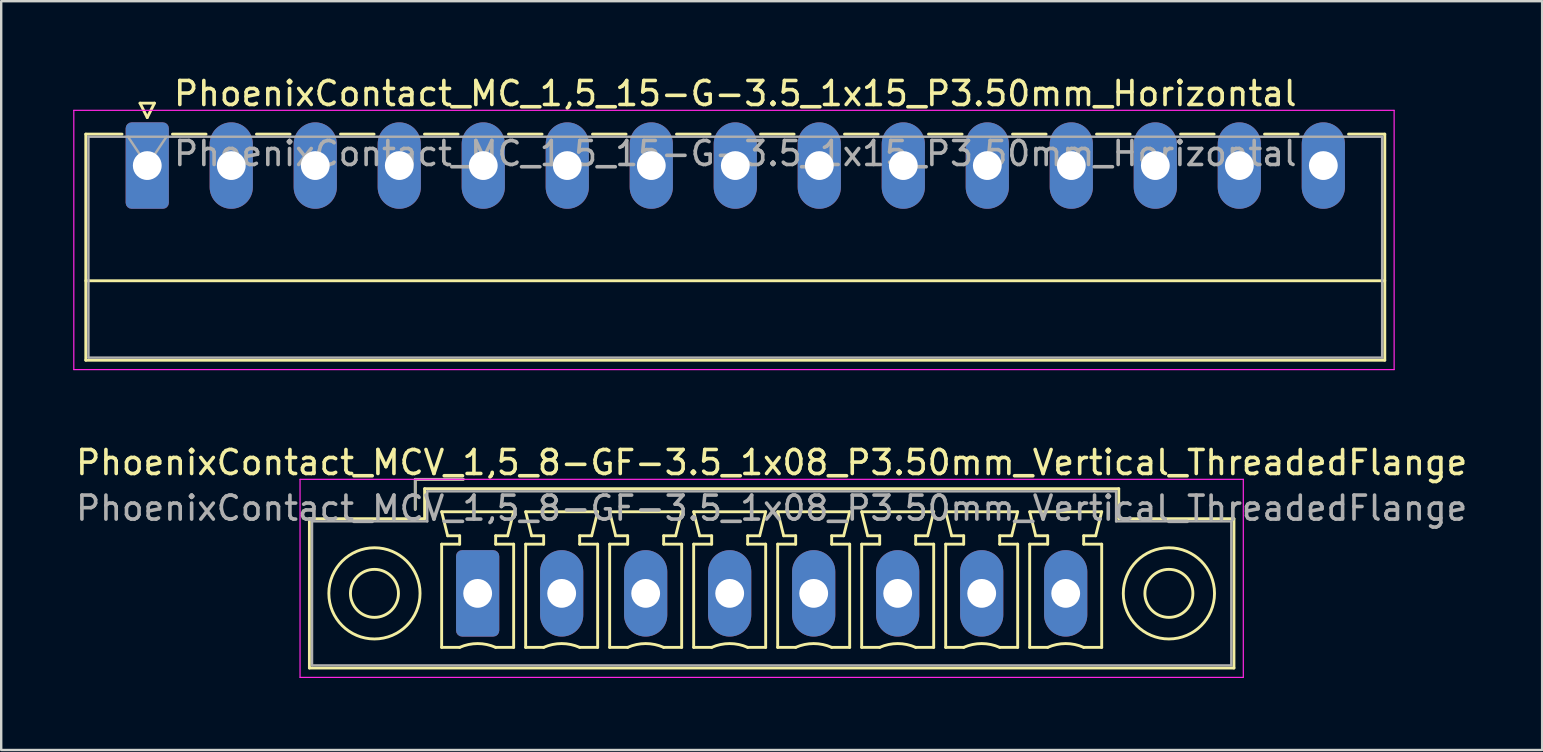
<source format=kicad_pcb>
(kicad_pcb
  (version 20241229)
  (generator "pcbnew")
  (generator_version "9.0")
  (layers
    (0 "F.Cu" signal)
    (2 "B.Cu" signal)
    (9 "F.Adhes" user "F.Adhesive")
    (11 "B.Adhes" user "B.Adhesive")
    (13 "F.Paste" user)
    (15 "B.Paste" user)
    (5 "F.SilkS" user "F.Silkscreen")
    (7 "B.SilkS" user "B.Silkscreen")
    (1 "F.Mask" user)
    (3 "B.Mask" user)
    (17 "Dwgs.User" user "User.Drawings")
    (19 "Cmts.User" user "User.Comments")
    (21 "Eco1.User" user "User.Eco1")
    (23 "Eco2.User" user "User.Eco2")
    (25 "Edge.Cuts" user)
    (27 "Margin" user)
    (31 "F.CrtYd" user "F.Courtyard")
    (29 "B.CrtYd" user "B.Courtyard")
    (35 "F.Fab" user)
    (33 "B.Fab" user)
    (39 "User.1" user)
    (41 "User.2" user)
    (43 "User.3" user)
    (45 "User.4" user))
  (footprint "PhoenixContact_MC_1,5_15-G-3.5_1x15_P3.50mm_Horizontal"
    (layer "F.Cu")
    (at 3.085 3.848)
    (property "Reference" "PhoenixContact_MC_1,5_15-G-3.5_1x15_P3.50mm_Horizontal" (at 24.5 -3 0) (layer "F.SilkS") (effects (font (size 1 1) (thickness 0.15))))
    (attr through_hole)
    (fp_line (start -2.56 -1.31) (end -2.56 8.11) (stroke (width 0.12) (type solid)) (layer "F.SilkS"))
    (fp_line (start -2.56 -1.31) (end -1.05 -1.31) (stroke (width 0.12) (type solid)) (layer "F.SilkS"))
    (fp_line (start -2.56 4.8) (end 51.56 4.8) (stroke (width 0.12) (type solid)) (layer "F.SilkS"))
    (fp_line (start -2.56 8.11) (end 51.56 8.11) (stroke (width 0.12) (type solid)) (layer "F.SilkS"))
    (fp_line (start -0.3 -2.6) (end 0.3 -2.6) (stroke (width 0.12) (type solid)) (layer "F.SilkS"))
    (fp_line (start 0 -2) (end -0.3 -2.6) (stroke (width 0.12) (type solid)) (layer "F.SilkS"))
    (fp_line (start 0.3 -2.6) (end 0 -2) (stroke (width 0.12) (type solid)) (layer "F.SilkS"))
    (fp_line (start 1.05 -1.31) (end 2.45 -1.31) (stroke (width 0.12) (type solid)) (layer "F.SilkS"))
    (fp_line (start 4.55 -1.31) (end 5.95 -1.31) (stroke (width 0.12) (type solid)) (layer "F.SilkS"))
    (fp_line (start 8.05 -1.31) (end 9.45 -1.31) (stroke (width 0.12) (type solid)) (layer "F.SilkS"))
    (fp_line (start 11.55 -1.31) (end 12.95 -1.31) (stroke (width 0.12) (type solid)) (layer "F.SilkS"))
    (fp_line (start 15.05 -1.31) (end 16.45 -1.31) (stroke (width 0.12) (type solid)) (layer "F.SilkS"))
    (fp_line (start 18.55 -1.31) (end 19.95 -1.31) (stroke (width 0.12) (type solid)) (layer "F.SilkS"))
    (fp_line (start 22.05 -1.31) (end 23.45 -1.31) (stroke (width 0.12) (type solid)) (layer "F.SilkS"))
    (fp_line (start 25.55 -1.31) (end 26.95 -1.31) (stroke (width 0.12) (type solid)) (layer "F.SilkS"))
    (fp_line (start 29.05 -1.31) (end 30.45 -1.31) (stroke (width 0.12) (type solid)) (layer "F.SilkS"))
    (fp_line (start 32.55 -1.31) (end 33.95 -1.31) (stroke (width 0.12) (type solid)) (layer "F.SilkS"))
    (fp_line (start 36.05 -1.31) (end 37.45 -1.31) (stroke (width 0.12) (type solid)) (layer "F.SilkS"))
    (fp_line (start 39.55 -1.31) (end 40.95 -1.31) (stroke (width 0.12) (type solid)) (layer "F.SilkS"))
    (fp_line (start 43.05 -1.31) (end 44.45 -1.31) (stroke (width 0.12) (type solid)) (layer "F.SilkS"))
    (fp_line (start 46.55 -1.31) (end 47.95 -1.31) (stroke (width 0.12) (type solid)) (layer "F.SilkS"))
    (fp_line (start 51.56 -1.31) (end 50.05 -1.31) (stroke (width 0.12) (type solid)) (layer "F.SilkS"))
    (fp_line (start 51.56 8.11) (end 51.56 -1.31) (stroke (width 0.12) (type solid)) (layer "F.SilkS"))
    (fp_line (start -3.06 -2.3) (end -3.06 8.5) (stroke (width 0.05) (type solid)) (layer "F.CrtYd"))
    (fp_line (start -3.06 8.5) (end 51.95 8.5) (stroke (width 0.05) (type solid)) (layer "F.CrtYd"))
    (fp_line (start 51.95 -2.3) (end -3.06 -2.3) (stroke (width 0.05) (type solid)) (layer "F.CrtYd"))
    (fp_line (start 51.95 8.5) (end 51.95 -2.3) (stroke (width 0.05) (type solid)) (layer "F.CrtYd"))
    (fp_line (start -2.45 -1.2) (end -2.45 8) (stroke (width 0.1) (type solid)) (layer "F.Fab"))
    (fp_line (start -2.45 8) (end 51.45 8) (stroke (width 0.1) (type solid)) (layer "F.Fab"))
    (fp_line (start 0 0) (end -0.8 -1.2) (stroke (width 0.1) (type solid)) (layer "F.Fab"))
    (fp_line (start 0.8 -1.2) (end 0 0) (stroke (width 0.1) (type solid)) (layer "F.Fab"))
    (fp_line (start 51.45 -1.2) (end -2.45 -1.2) (stroke (width 0.1) (type solid)) (layer "F.Fab"))
    (fp_line (start 51.45 8) (end 51.45 -1.2) (stroke (width 0.1) (type solid)) (layer "F.Fab"))
    (fp_text user "${REFERENCE}" (at 24.5 -0.5 0) (layer "F.Fab") (effects (font (size 1 1) (thickness 0.15))))
    (pad "1" thru_hole roundrect (at 0 0) (size 1.8 3.6) (drill 1.2) (layers "*.Cu" "*.Mask") (roundrect_rratio 0.139))
    (pad "2" thru_hole oval (at 3.5 0) (size 1.8 3.6) (drill 1.2) (layers "*.Cu" "*.Mask"))
    (pad "3" thru_hole oval (at 7 0) (size 1.8 3.6) (drill 1.2) (layers "*.Cu" "*.Mask"))
    (pad "4" thru_hole oval (at 10.5 0) (size 1.8 3.6) (drill 1.2) (layers "*.Cu" "*.Mask"))
    (pad "5" thru_hole oval (at 14 0) (size 1.8 3.6) (drill 1.2) (layers "*.Cu" "*.Mask"))
    (pad "6" thru_hole oval (at 17.5 0) (size 1.8 3.6) (drill 1.2) (layers "*.Cu" "*.Mask"))
    (pad "7" thru_hole oval (at 21 0) (size 1.8 3.6) (drill 1.2) (layers "*.Cu" "*.Mask"))
    (pad "8" thru_hole oval (at 24.5 0) (size 1.8 3.6) (drill 1.2) (layers "*.Cu" "*.Mask"))
    (pad "9" thru_hole oval (at 28 0) (size 1.8 3.6) (drill 1.2) (layers "*.Cu" "*.Mask"))
    (pad "10" thru_hole oval (at 31.5 0) (size 1.8 3.6) (drill 1.2) (layers "*.Cu" "*.Mask"))
    (pad "11" thru_hole oval (at 35 0) (size 1.8 3.6) (drill 1.2) (layers "*.Cu" "*.Mask"))
    (pad "12" thru_hole oval (at 38.5 0) (size 1.8 3.6) (drill 1.2) (layers "*.Cu" "*.Mask"))
    (pad "13" thru_hole oval (at 42 0) (size 1.8 3.6) (drill 1.2) (layers "*.Cu" "*.Mask"))
    (pad "14" thru_hole oval (at 45.5 0) (size 1.8 3.6) (drill 1.2) (layers "*.Cu" "*.Mask"))
    (pad "15" thru_hole oval (at 49 0) (size 1.8 3.6) (drill 1.2) (layers "*.Cu" "*.Mask")))
  (footprint "PhoenixContact_MCV_1,5_8-GF-3.5_1x08_P3.50mm_Vertical_ThreadedFlange"
    (layer "F.Cu")
    (at 16.851 21.672)
    (property "Reference" "PhoenixContact_MCV_1,5_8-GF-3.5_1x08_P3.50mm_Vertical_ThreadedFlange" (at 12.25 -5.45 0) (layer "F.SilkS") (effects (font (size 1 1) (thickness 0.15))))
    (attr through_hole)
    (fp_line (start -7.01 -3.11) (end -7.01 3.11) (stroke (width 0.12) (type solid)) (layer "F.SilkS"))
    (fp_line (start -7.01 3.11) (end 31.51 3.11) (stroke (width 0.12) (type solid)) (layer "F.SilkS"))
    (fp_line (start -2.6 -4.75) (end -0.6 -4.75) (stroke (width 0.12) (type solid)) (layer "F.SilkS"))
    (fp_line (start -2.6 -3.5) (end -2.6 -4.75) (stroke (width 0.12) (type solid)) (layer "F.SilkS"))
    (fp_line (start -2.21 -4.36) (end -2.21 -3.11) (stroke (width 0.12) (type solid)) (layer "F.SilkS"))
    (fp_line (start -2.21 -3.11) (end -7.01 -3.11) (stroke (width 0.12) (type solid)) (layer "F.SilkS"))
    (fp_line (start -1.5 -3.4) (end 1.5 -3.4) (stroke (width 0.12) (type solid)) (layer "F.SilkS"))
    (fp_line (start -1.5 -2.05) (end -0.75 -2.05) (stroke (width 0.12) (type solid)) (layer "F.SilkS"))
    (fp_line (start -1.5 2.25) (end -1.5 -2.05) (stroke (width 0.12) (type solid)) (layer "F.SilkS"))
    (fp_line (start -1.25 -2.4) (end -1.5 -3.4) (stroke (width 0.12) (type solid)) (layer "F.SilkS"))
    (fp_line (start -0.75 -2.4) (end -1.25 -2.4) (stroke (width 0.12) (type solid)) (layer "F.SilkS"))
    (fp_line (start -0.75 -2.05) (end -0.75 -2.4) (stroke (width 0.12) (type solid)) (layer "F.SilkS"))
    (fp_line (start -0.75 2.25) (end -1.5 2.25) (stroke (width 0.12) (type solid)) (layer "F.SilkS"))
    (fp_line (start 0.75 -2.4) (end 0.75 -2.05) (stroke (width 0.12) (type solid)) (layer "F.SilkS"))
    (fp_line (start 0.75 -2.05) (end 1.5 -2.05) (stroke (width 0.12) (type solid)) (layer "F.SilkS"))
    (fp_line (start 1.25 -2.4) (end 0.75 -2.4) (stroke (width 0.12) (type solid)) (layer "F.SilkS"))
    (fp_line (start 1.5 -3.4) (end 1.25 -2.4) (stroke (width 0.12) (type solid)) (layer "F.SilkS"))
    (fp_line (start 1.5 -2.05) (end 1.5 2.25) (stroke (width 0.12) (type solid)) (layer "F.SilkS"))
    (fp_line (start 1.5 2.25) (end 0.75 2.25) (stroke (width 0.12) (type solid)) (layer "F.SilkS"))
    (fp_line (start 2 -3.4) (end 5 -3.4) (stroke (width 0.12) (type solid)) (layer "F.SilkS"))
    (fp_line (start 2 -2.05) (end 2.75 -2.05) (stroke (width 0.12) (type solid)) (layer "F.SilkS"))
    (fp_line (start 2 2.25) (end 2 -2.05) (stroke (width 0.12) (type solid)) (layer "F.SilkS"))
    (fp_line (start 2.25 -2.4) (end 2 -3.4) (stroke (width 0.12) (type solid)) (layer "F.SilkS"))
    (fp_line (start 2.75 -2.4) (end 2.25 -2.4) (stroke (width 0.12) (type solid)) (layer "F.SilkS"))
    (fp_line (start 2.75 -2.05) (end 2.75 -2.4) (stroke (width 0.12) (type solid)) (layer "F.SilkS"))
    (fp_line (start 2.75 2.25) (end 2 2.25) (stroke (width 0.12) (type solid)) (layer "F.SilkS"))
    (fp_line (start 4.25 -2.4) (end 4.25 -2.05) (stroke (width 0.12) (type solid)) (layer "F.SilkS"))
    (fp_line (start 4.25 -2.05) (end 5 -2.05) (stroke (width 0.12) (type solid)) (layer "F.SilkS"))
    (fp_line (start 4.75 -2.4) (end 4.25 -2.4) (stroke (width 0.12) (type solid)) (layer "F.SilkS"))
    (fp_line (start 5 -3.4) (end 4.75 -2.4) (stroke (width 0.12) (type solid)) (layer "F.SilkS"))
    (fp_line (start 5 -2.05) (end 5 2.25) (stroke (width 0.12) (type solid)) (layer "F.SilkS"))
    (fp_line (start 5 2.25) (end 4.25 2.25) (stroke (width 0.12) (type solid)) (layer "F.SilkS"))
    (fp_line (start 5.5 -3.4) (end 8.5 -3.4) (stroke (width 0.12) (type solid)) (layer "F.SilkS"))
    (fp_line (start 5.5 -2.05) (end 6.25 -2.05) (stroke (width 0.12) (type solid)) (layer "F.SilkS"))
    (fp_line (start 5.5 2.25) (end 5.5 -2.05) (stroke (width 0.12) (type solid)) (layer "F.SilkS"))
    (fp_line (start 5.75 -2.4) (end 5.5 -3.4) (stroke (width 0.12) (type solid)) (layer "F.SilkS"))
    (fp_line (start 6.25 -2.4) (end 5.75 -2.4) (stroke (width 0.12) (type solid)) (layer "F.SilkS"))
    (fp_line (start 6.25 -2.05) (end 6.25 -2.4) (stroke (width 0.12) (type solid)) (layer "F.SilkS"))
    (fp_line (start 6.25 2.25) (end 5.5 2.25) (stroke (width 0.12) (type solid)) (layer "F.SilkS"))
    (fp_line (start 7.75 -2.4) (end 7.75 -2.05) (stroke (width 0.12) (type solid)) (layer "F.SilkS"))
    (fp_line (start 7.75 -2.05) (end 8.5 -2.05) (stroke (width 0.12) (type solid)) (layer "F.SilkS"))
    (fp_line (start 8.25 -2.4) (end 7.75 -2.4) (stroke (width 0.12) (type solid)) (layer "F.SilkS"))
    (fp_line (start 8.5 -3.4) (end 8.25 -2.4) (stroke (width 0.12) (type solid)) (layer "F.SilkS"))
    (fp_line (start 8.5 -2.05) (end 8.5 2.25) (stroke (width 0.12) (type solid)) (layer "F.SilkS"))
    (fp_line (start 8.5 2.25) (end 7.75 2.25) (stroke (width 0.12) (type solid)) (layer "F.SilkS"))
    (fp_line (start 9 -3.4) (end 12 -3.4) (stroke (width 0.12) (type solid)) (layer "F.SilkS"))
    (fp_line (start 9 -2.05) (end 9.75 -2.05) (stroke (width 0.12) (type solid)) (layer "F.SilkS"))
    (fp_line (start 9 2.25) (end 9 -2.05) (stroke (width 0.12) (type solid)) (layer "F.SilkS"))
    (fp_line (start 9.25 -2.4) (end 9 -3.4) (stroke (width 0.12) (type solid)) (layer "F.SilkS"))
    (fp_line (start 9.75 -2.4) (end 9.25 -2.4) (stroke (width 0.12) (type solid)) (layer "F.SilkS"))
    (fp_line (start 9.75 -2.05) (end 9.75 -2.4) (stroke (width 0.12) (type solid)) (layer "F.SilkS"))
    (fp_line (start 9.75 2.25) (end 9 2.25) (stroke (width 0.12) (type solid)) (layer "F.SilkS"))
    (fp_line (start 11.25 -2.4) (end 11.25 -2.05) (stroke (width 0.12) (type solid)) (layer "F.SilkS"))
    (fp_line (start 11.25 -2.05) (end 12 -2.05) (stroke (width 0.12) (type solid)) (layer "F.SilkS"))
    (fp_line (start 11.75 -2.4) (end 11.25 -2.4) (stroke (width 0.12) (type solid)) (layer "F.SilkS"))
    (fp_line (start 12 -3.4) (end 11.75 -2.4) (stroke (width 0.12) (type solid)) (layer "F.SilkS"))
    (fp_line (start 12 -2.05) (end 12 2.25) (stroke (width 0.12) (type solid)) (layer "F.SilkS"))
    (fp_line (start 12 2.25) (end 11.25 2.25) (stroke (width 0.12) (type solid)) (layer "F.SilkS"))
    (fp_line (start 12.5 -3.4) (end 15.5 -3.4) (stroke (width 0.12) (type solid)) (layer "F.SilkS"))
    (fp_line (start 12.5 -2.05) (end 13.25 -2.05) (stroke (width 0.12) (type solid)) (layer "F.SilkS"))
    (fp_line (start 12.5 2.25) (end 12.5 -2.05) (stroke (width 0.12) (type solid)) (layer "F.SilkS"))
    (fp_line (start 12.75 -2.4) (end 12.5 -3.4) (stroke (width 0.12) (type solid)) (layer "F.SilkS"))
    (fp_line (start 13.25 -2.4) (end 12.75 -2.4) (stroke (width 0.12) (type solid)) (layer "F.SilkS"))
    (fp_line (start 13.25 -2.05) (end 13.25 -2.4) (stroke (width 0.12) (type solid)) (layer "F.SilkS"))
    (fp_line (start 13.25 2.25) (end 12.5 2.25) (stroke (width 0.12) (type solid)) (layer "F.SilkS"))
    (fp_line (start 14.75 -2.4) (end 14.75 -2.05) (stroke (width 0.12) (type solid)) (layer "F.SilkS"))
    (fp_line (start 14.75 -2.05) (end 15.5 -2.05) (stroke (width 0.12) (type solid)) (layer "F.SilkS"))
    (fp_line (start 15.25 -2.4) (end 14.75 -2.4) (stroke (width 0.12) (type solid)) (layer "F.SilkS"))
    (fp_line (start 15.5 -3.4) (end 15.25 -2.4) (stroke (width 0.12) (type solid)) (layer "F.SilkS"))
    (fp_line (start 15.5 -2.05) (end 15.5 2.25) (stroke (width 0.12) (type solid)) (layer "F.SilkS"))
    (fp_line (start 15.5 2.25) (end 14.75 2.25) (stroke (width 0.12) (type solid)) (layer "F.SilkS"))
    (fp_line (start 16 -3.4) (end 19 -3.4) (stroke (width 0.12) (type solid)) (layer "F.SilkS"))
    (fp_line (start 16 -2.05) (end 16.75 -2.05) (stroke (width 0.12) (type solid)) (layer "F.SilkS"))
    (fp_line (start 16 2.25) (end 16 -2.05) (stroke (width 0.12) (type solid)) (layer "F.SilkS"))
    (fp_line (start 16.25 -2.4) (end 16 -3.4) (stroke (width 0.12) (type solid)) (layer "F.SilkS"))
    (fp_line (start 16.75 -2.4) (end 16.25 -2.4) (stroke (width 0.12) (type solid)) (layer "F.SilkS"))
    (fp_line (start 16.75 -2.05) (end 16.75 -2.4) (stroke (width 0.12) (type solid)) (layer "F.SilkS"))
    (fp_line (start 16.75 2.25) (end 16 2.25) (stroke (width 0.12) (type solid)) (layer "F.SilkS"))
    (fp_line (start 18.25 -2.4) (end 18.25 -2.05) (stroke (width 0.12) (type solid)) (layer "F.SilkS"))
    (fp_line (start 18.25 -2.05) (end 19 -2.05) (stroke (width 0.12) (type solid)) (layer "F.SilkS"))
    (fp_line (start 18.75 -2.4) (end 18.25 -2.4) (stroke (width 0.12) (type solid)) (layer "F.SilkS"))
    (fp_line (start 19 -3.4) (end 18.75 -2.4) (stroke (width 0.12) (type solid)) (layer "F.SilkS"))
    (fp_line (start 19 -2.05) (end 19 2.25) (stroke (width 0.12) (type solid)) (layer "F.SilkS"))
    (fp_line (start 19 2.25) (end 18.25 2.25) (stroke (width 0.12) (type solid)) (layer "F.SilkS"))
    (fp_line (start 19.5 -3.4) (end 22.5 -3.4) (stroke (width 0.12) (type solid)) (layer "F.SilkS"))
    (fp_line (start 19.5 -2.05) (end 20.25 -2.05) (stroke (width 0.12) (type solid)) (layer "F.SilkS"))
    (fp_line (start 19.5 2.25) (end 19.5 -2.05) (stroke (width 0.12) (type solid)) (layer "F.SilkS"))
    (fp_line (start 19.75 -2.4) (end 19.5 -3.4) (stroke (width 0.12) (type solid)) (layer "F.SilkS"))
    (fp_line (start 20.25 -2.4) (end 19.75 -2.4) (stroke (width 0.12) (type solid)) (layer "F.SilkS"))
    (fp_line (start 20.25 -2.05) (end 20.25 -2.4) (stroke (width 0.12) (type solid)) (layer "F.SilkS"))
    (fp_line (start 20.25 2.25) (end 19.5 2.25) (stroke (width 0.12) (type solid)) (layer "F.SilkS"))
    (fp_line (start 21.75 -2.4) (end 21.75 -2.05) (stroke (width 0.12) (type solid)) (layer "F.SilkS"))
    (fp_line (start 21.75 -2.05) (end 22.5 -2.05) (stroke (width 0.12) (type solid)) (layer "F.SilkS"))
    (fp_line (start 22.25 -2.4) (end 21.75 -2.4) (stroke (width 0.12) (type solid)) (layer "F.SilkS"))
    (fp_line (start 22.5 -3.4) (end 22.25 -2.4) (stroke (width 0.12) (type solid)) (layer "F.SilkS"))
    (fp_line (start 22.5 -2.05) (end 22.5 2.25) (stroke (width 0.12) (type solid)) (layer "F.SilkS"))
    (fp_line (start 22.5 2.25) (end 21.75 2.25) (stroke (width 0.12) (type solid)) (layer "F.SilkS"))
    (fp_line (start 23 -3.4) (end 26 -3.4) (stroke (width 0.12) (type solid)) (layer "F.SilkS"))
    (fp_line (start 23 -2.05) (end 23.75 -2.05) (stroke (width 0.12) (type solid)) (layer "F.SilkS"))
    (fp_line (start 23 2.25) (end 23 -2.05) (stroke (width 0.12) (type solid)) (layer "F.SilkS"))
    (fp_line (start 23.25 -2.4) (end 23 -3.4) (stroke (width 0.12) (type solid)) (layer "F.SilkS"))
    (fp_line (start 23.75 -2.4) (end 23.25 -2.4) (stroke (width 0.12) (type solid)) (layer "F.SilkS"))
    (fp_line (start 23.75 -2.05) (end 23.75 -2.4) (stroke (width 0.12) (type solid)) (layer "F.SilkS"))
    (fp_line (start 23.75 2.25) (end 23 2.25) (stroke (width 0.12) (type solid)) (layer "F.SilkS"))
    (fp_line (start 25.25 -2.4) (end 25.25 -2.05) (stroke (width 0.12) (type solid)) (layer "F.SilkS"))
    (fp_line (start 25.25 -2.05) (end 26 -2.05) (stroke (width 0.12) (type solid)) (layer "F.SilkS"))
    (fp_line (start 25.75 -2.4) (end 25.25 -2.4) (stroke (width 0.12) (type solid)) (layer "F.SilkS"))
    (fp_line (start 26 -3.4) (end 25.75 -2.4) (stroke (width 0.12) (type solid)) (layer "F.SilkS"))
    (fp_line (start 26 -2.05) (end 26 2.25) (stroke (width 0.12) (type solid)) (layer "F.SilkS"))
    (fp_line (start 26 2.25) (end 25.25 2.25) (stroke (width 0.12) (type solid)) (layer "F.SilkS"))
    (fp_line (start 26.71 -4.36) (end -2.21 -4.36) (stroke (width 0.12) (type solid)) (layer "F.SilkS"))
    (fp_line (start 26.71 -3.11) (end 26.71 -4.36) (stroke (width 0.12) (type solid)) (layer "F.SilkS"))
    (fp_line (start 31.51 -3.11) (end 26.71 -3.11) (stroke (width 0.12) (type solid)) (layer "F.SilkS"))
    (fp_line (start 31.51 3.11) (end 31.51 -3.11) (stroke (width 0.12) (type solid)) (layer "F.SilkS"))
    (fp_arc (start -0.75 2.25) (mid -0.000193 2.09191) (end 0.749647 2.249844) (stroke (width 0.12) (type solid)) (layer "F.SilkS"))
    (fp_arc (start 2.75 2.25) (mid 3.499807 2.09191) (end 4.249647 2.249844) (stroke (width 0.12) (type solid)) (layer "F.SilkS"))
    (fp_arc (start 6.25 2.25) (mid 6.999807 2.09191) (end 7.749647 2.249844) (stroke (width 0.12) (type solid)) (layer "F.SilkS"))
    (fp_arc (start 9.75 2.25) (mid 10.499807 2.09191) (end 11.249647 2.249844) (stroke (width 0.12) (type solid)) (layer "F.SilkS"))
    (fp_arc (start 13.25 2.25) (mid 13.999807 2.09191) (end 14.749647 2.249844) (stroke (width 0.12) (type solid)) (layer "F.SilkS"))
    (fp_arc (start 16.75 2.25) (mid 17.499807 2.09191) (end 18.249647 2.249844) (stroke (width 0.12) (type solid)) (layer "F.SilkS"))
    (fp_arc (start 20.25 2.25) (mid 20.999807 2.09191) (end 21.749647 2.249844) (stroke (width 0.12) (type solid)) (layer "F.SilkS"))
    (fp_arc (start 23.75 2.25) (mid 24.499807 2.09191) (end 25.249647 2.249844) (stroke (width 0.12) (type solid)) (layer "F.SilkS"))
    (fp_circle (center -4.3 0) (end -3.3 0) (stroke (width 0.12) (type solid)) (fill no) (layer "F.SilkS"))
    (fp_circle (center -4.3 0) (end -2.4 0) (stroke (width 0.12) (type solid)) (fill no) (layer "F.SilkS"))
    (fp_circle (center 28.8 0) (end 29.8 0) (stroke (width 0.12) (type solid)) (fill no) (layer "F.SilkS"))
    (fp_circle (center 28.8 0) (end 30.7 0) (stroke (width 0.12) (type solid)) (fill no) (layer "F.SilkS"))
    (fp_line (start -7.4 -4.75) (end -7.4 3.5) (stroke (width 0.05) (type solid)) (layer "F.CrtYd"))
    (fp_line (start -7.4 3.5) (end 31.9 3.5) (stroke (width 0.05) (type solid)) (layer "F.CrtYd"))
    (fp_line (start 31.9 -4.75) (end -7.4 -4.75) (stroke (width 0.05) (type solid)) (layer "F.CrtYd"))
    (fp_line (start 31.9 3.5) (end 31.9 -4.75) (stroke (width 0.05) (type solid)) (layer "F.CrtYd"))
    (fp_line (start -6.9 -3) (end -6.9 3) (stroke (width 0.1) (type solid)) (layer "F.Fab"))
    (fp_line (start -6.9 3) (end 31.4 3) (stroke (width 0.1) (type solid)) (layer "F.Fab"))
    (fp_line (start -2.6 -4.75) (end -0.6 -4.75) (stroke (width 0.1) (type solid)) (layer "F.Fab"))
    (fp_line (start -2.6 -3.5) (end -2.6 -4.75) (stroke (width 0.1) (type solid)) (layer "F.Fab"))
    (fp_line (start -2.1 -4.25) (end -2.1 -3) (stroke (width 0.1) (type solid)) (layer "F.Fab"))
    (fp_line (start -2.1 -3) (end -6.9 -3) (stroke (width 0.1) (type solid)) (layer "F.Fab"))
    (fp_line (start 26.6 -4.25) (end -2.1 -4.25) (stroke (width 0.1) (type solid)) (layer "F.Fab"))
    (fp_line (start 26.6 -3) (end 26.6 -4.25) (stroke (width 0.1) (type solid)) (layer "F.Fab"))
    (fp_line (start 31.4 -3) (end 26.6 -3) (stroke (width 0.1) (type solid)) (layer "F.Fab"))
    (fp_line (start 31.4 3) (end 31.4 -3) (stroke (width 0.1) (type solid)) (layer "F.Fab"))
    (fp_text user "${REFERENCE}" (at 12.25 -3.55 0) (layer "F.Fab") (effects (font (size 1 1) (thickness 0.15))))
    (pad "1" thru_hole roundrect (at 0 0) (size 1.8 3.6) (drill 1.2) (layers "*.Cu" "*.Mask") (roundrect_rratio 0.139))
    (pad "2" thru_hole oval (at 3.5 0) (size 1.8 3.6) (drill 1.2) (layers "*.Cu" "*.Mask"))
    (pad "3" thru_hole oval (at 7 0) (size 1.8 3.6) (drill 1.2) (layers "*.Cu" "*.Mask"))
    (pad "4" thru_hole oval (at 10.5 0) (size 1.8 3.6) (drill 1.2) (layers "*.Cu" "*.Mask"))
    (pad "5" thru_hole oval (at 14 0) (size 1.8 3.6) (drill 1.2) (layers "*.Cu" "*.Mask"))
    (pad "6" thru_hole oval (at 17.5 0) (size 1.8 3.6) (drill 1.2) (layers "*.Cu" "*.Mask"))
    (pad "7" thru_hole oval (at 21 0) (size 1.8 3.6) (drill 1.2) (layers "*.Cu" "*.Mask"))
    (pad "8" thru_hole oval (at 24.5 0) (size 1.8 3.6) (drill 1.2) (layers "*.Cu" "*.Mask")))
  (gr_rect
    (start -3 -3)
    (end 61.202 28.197)
    (stroke (width 0.1) (type default))
    (fill no)
    (layer "Edge.Cuts")))
</source>
